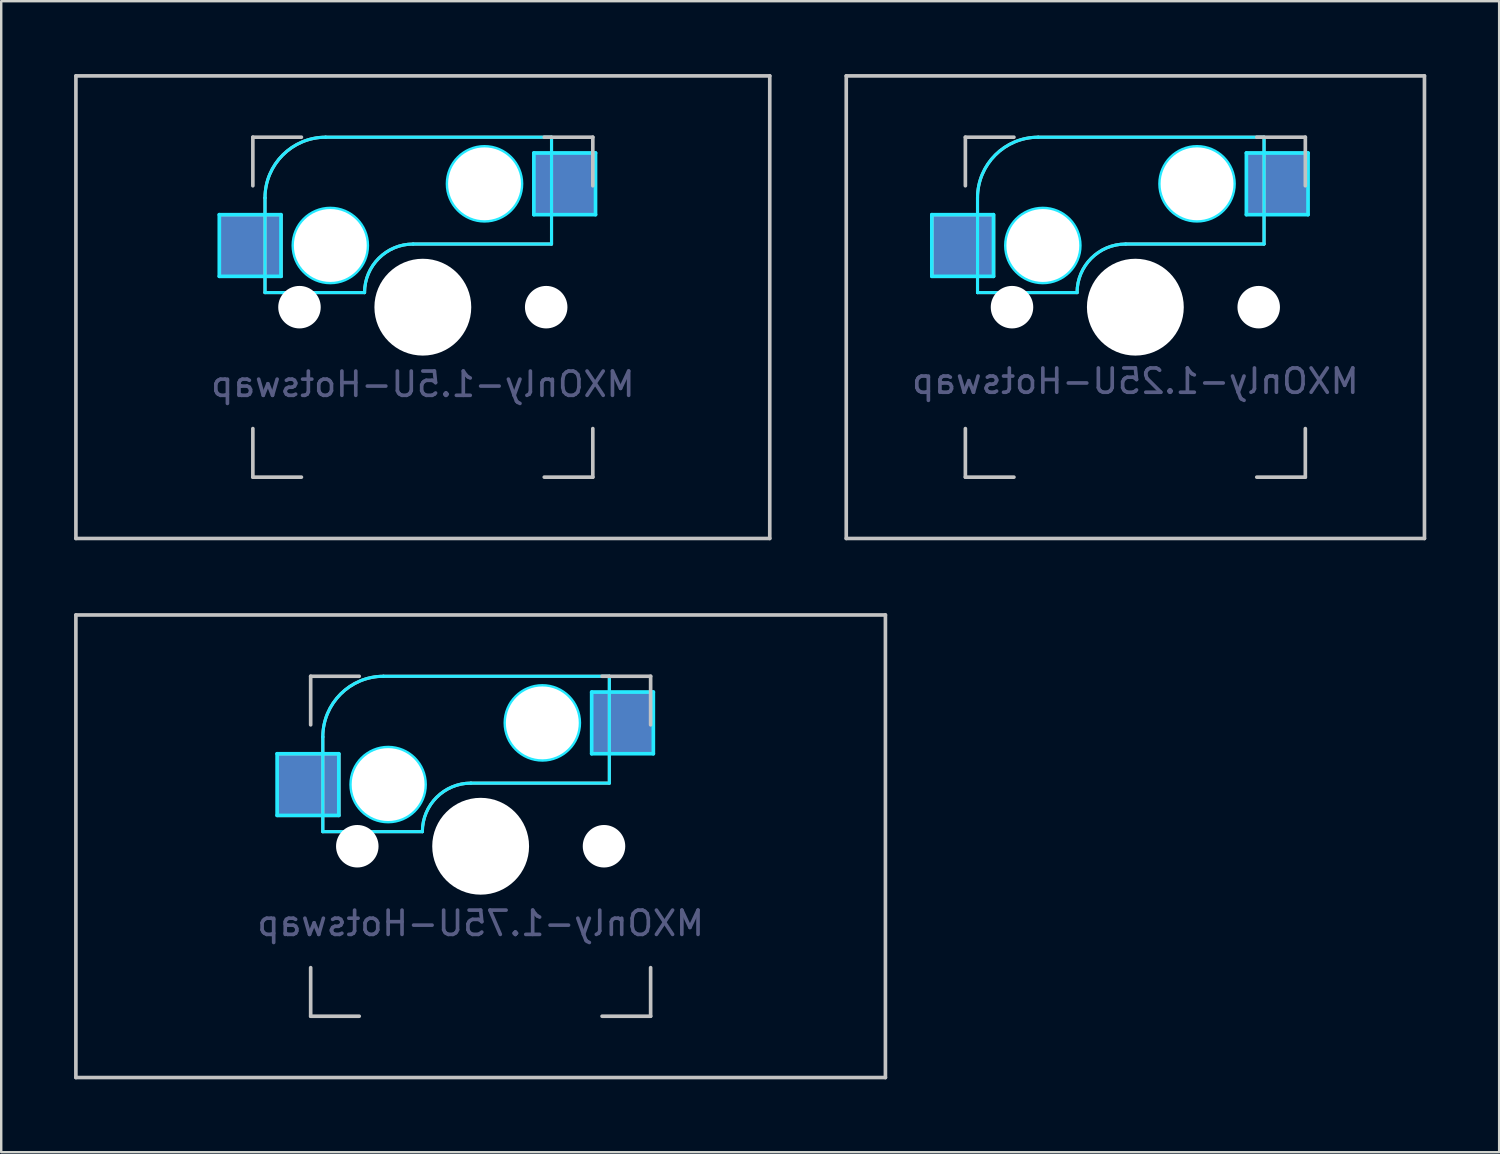
<source format=kicad_pcb>
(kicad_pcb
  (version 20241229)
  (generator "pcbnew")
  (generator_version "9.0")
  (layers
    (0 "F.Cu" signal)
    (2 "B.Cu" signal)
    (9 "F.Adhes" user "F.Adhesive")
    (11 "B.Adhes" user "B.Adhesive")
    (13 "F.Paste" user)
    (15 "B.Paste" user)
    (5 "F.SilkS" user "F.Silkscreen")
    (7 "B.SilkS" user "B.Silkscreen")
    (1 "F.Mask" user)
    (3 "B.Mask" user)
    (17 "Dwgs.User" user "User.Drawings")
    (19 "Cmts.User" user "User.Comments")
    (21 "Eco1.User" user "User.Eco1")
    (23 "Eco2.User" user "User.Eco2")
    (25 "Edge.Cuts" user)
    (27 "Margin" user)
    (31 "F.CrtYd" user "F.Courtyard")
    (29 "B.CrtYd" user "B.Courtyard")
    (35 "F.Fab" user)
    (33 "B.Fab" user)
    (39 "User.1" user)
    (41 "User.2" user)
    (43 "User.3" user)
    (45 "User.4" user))
  (footprint "MXOnly-1.5U-Hotswap"
    (layer "F.Cu")
    (at 14.363 9.6)
    (property "Reference" "MXOnly-1.5U-Hotswap" (at 0 3.175 0) (layer "B.Fab") (effects (font (size 1 1) (thickness 0.15)) (justify mirror)))
    (attr smd)
    (fp_line (start -6.5 -4.5) (end -6.5 -0.6) (stroke (width 0.127) (type solid)) (layer "B.SilkS"))
    (fp_line (start -6.5 -0.6) (end -2.4 -0.6) (stroke (width 0.127) (type solid)) (layer "B.SilkS"))
    (fp_line (start -0.4 -2.6) (end 5.3 -2.6) (stroke (width 0.127) (type solid)) (layer "B.SilkS"))
    (fp_line (start 5.3 -7) (end -4 -7) (stroke (width 0.127) (type solid)) (layer "B.SilkS"))
    (fp_line (start 5.3 -7) (end 5.3 -2.6) (stroke (width 0.127) (type solid)) (layer "B.SilkS"))
    (fp_rect (start -8.36 -3.79) (end -5.82 -1.25) (stroke (width 0.1) (type default)) (fill no) (layer "B.SilkS"))
    (fp_rect (start 7.112 -6.35) (end 4.572 -3.81) (stroke (width 0.1) (type default)) (fill no) (layer "B.SilkS"))
    (fp_arc (start -6.500002 -4.499998) (mid -5.76777 -6.267766) (end -4.000002 -6.999998) (stroke (width 0.127) (type solid)) (layer "B.SilkS"))
    (fp_arc (start -2.4 -0.6) (mid -1.814214 -2.014214) (end -0.4 -2.6) (stroke (width 0.127) (type solid)) (layer "B.SilkS"))
    (fp_line (start -14.287 -9.525) (end 14.287 -9.525) (stroke (width 0.15) (type solid)) (layer "Dwgs.User"))
    (fp_line (start -14.287 9.525) (end -14.287 -9.525) (stroke (width 0.15) (type solid)) (layer "Dwgs.User"))
    (fp_line (start -7 -7) (end -7 -5) (stroke (width 0.15) (type solid)) (layer "Dwgs.User"))
    (fp_line (start -7 5) (end -7 7) (stroke (width 0.15) (type solid)) (layer "Dwgs.User"))
    (fp_line (start -7 7) (end -5 7) (stroke (width 0.15) (type solid)) (layer "Dwgs.User"))
    (fp_line (start -5 -7) (end -7 -7) (stroke (width 0.15) (type solid)) (layer "Dwgs.User"))
    (fp_line (start 5 -7) (end 7 -7) (stroke (width 0.15) (type solid)) (layer "Dwgs.User"))
    (fp_line (start 5 7) (end 7 7) (stroke (width 0.15) (type solid)) (layer "Dwgs.User"))
    (fp_line (start 7 -7) (end 7 -5) (stroke (width 0.15) (type solid)) (layer "Dwgs.User"))
    (fp_line (start 7 7) (end 7 5) (stroke (width 0.15) (type solid)) (layer "Dwgs.User"))
    (fp_line (start 14.287 -9.525) (end 14.287 9.525) (stroke (width 0.15) (type solid)) (layer "Dwgs.User"))
    (fp_line (start 14.287 9.525) (end -14.287 9.525) (stroke (width 0.15) (type solid)) (layer "Dwgs.User"))
    (fp_line (start -8.382 -3.81) (end -5.842 -3.81) (stroke (width 0.15) (type solid)) (layer "B.CrtYd"))
    (fp_line (start -8.382 -1.27) (end -8.382 -3.81) (stroke (width 0.15) (type solid)) (layer "B.CrtYd"))
    (fp_line (start -6.5 -4.5) (end -6.5 -0.6) (stroke (width 0.127) (type solid)) (layer "B.CrtYd"))
    (fp_line (start -6.5 -0.6) (end -2.4 -0.6) (stroke (width 0.127) (type solid)) (layer "B.CrtYd"))
    (fp_line (start -5.842 -3.81) (end -5.842 -1.27) (stroke (width 0.15) (type solid)) (layer "B.CrtYd"))
    (fp_line (start -5.842 -1.27) (end -8.382 -1.27) (stroke (width 0.15) (type solid)) (layer "B.CrtYd"))
    (fp_line (start -0.4 -2.6) (end 5.3 -2.6) (stroke (width 0.127) (type solid)) (layer "B.CrtYd"))
    (fp_line (start 4.572 -6.35) (end 7.112 -6.35) (stroke (width 0.15) (type solid)) (layer "B.CrtYd"))
    (fp_line (start 4.572 -3.81) (end 4.572 -6.35) (stroke (width 0.15) (type solid)) (layer "B.CrtYd"))
    (fp_line (start 5.3 -7) (end -4 -7) (stroke (width 0.127) (type solid)) (layer "B.CrtYd"))
    (fp_line (start 5.3 -7) (end 5.3 -2.6) (stroke (width 0.127) (type solid)) (layer "B.CrtYd"))
    (fp_line (start 7.112 -6.35) (end 7.112 -3.81) (stroke (width 0.15) (type solid)) (layer "B.CrtYd"))
    (fp_line (start 7.112 -3.81) (end 4.572 -3.81) (stroke (width 0.15) (type solid)) (layer "B.CrtYd"))
    (fp_arc (start -6.5 -4.5) (mid -5.767767 -6.267767) (end -4 -7) (stroke (width 0.127) (type solid)) (layer "B.CrtYd"))
    (fp_arc (start -2.4 -0.6) (mid -1.814214 -2.014214) (end -0.4 -2.6) (stroke (width 0.127) (type solid)) (layer "B.CrtYd"))
    (fp_circle (center -3.81 -2.54) (end -3.81 -4.064) (stroke (width 0.15) (type solid)) (fill no) (layer "B.CrtYd"))
    (fp_circle (center 2.54 -5.08) (end 2.54 -6.604) (stroke (width 0.15) (type solid)) (fill no) (layer "B.CrtYd"))
    (pad "" np_thru_hole circle (at -5.08 0 48.1) (size 1.75 1.75) (drill 1.75) (layers "*.Cu" "*.Mask"))
    (pad "" np_thru_hole circle (at -3.81 -2.54) (size 3 3) (drill 3) (layers "*.Cu" "*.Mask"))
    (pad "" np_thru_hole circle (at 0 0) (size 3.988 3.988) (drill 3.988) (layers "*.Cu" "*.Mask"))
    (pad "" np_thru_hole circle (at 2.54 -5.08) (size 3 3) (drill 3) (layers "*.Cu" "*.Mask"))
    (pad "" np_thru_hole circle (at 5.08 0 48.1) (size 1.75 1.75) (drill 1.75) (layers "*.Cu" "*.Mask"))
    (pad "1" smd rect (at -7.085 -2.54) (size 2.55 2.5) (layers "B.Cu" "B.Mask" "B.Paste"))
    (pad "2" smd rect (at 5.842 -5.08) (size 2.55 2.5) (layers "B.Cu" "B.Mask" "B.Paste")))
  (footprint "MXOnly-1.25U-Hotswap"
    (layer "F.Cu")
    (at 43.706 9.6)
    (property "Reference" "MXOnly-1.25U-Hotswap" (at 0 3.048 0) (layer "B.Fab") (effects (font (size 1 1) (thickness 0.15)) (justify mirror)))
    (attr smd)
    (fp_line (start -6.5 -4.5) (end -6.5 -0.6) (stroke (width 0.127) (type solid)) (layer "B.SilkS"))
    (fp_line (start -6.5 -0.6) (end -2.4 -0.6) (stroke (width 0.127) (type solid)) (layer "B.SilkS"))
    (fp_line (start -0.4 -2.6) (end 5.3 -2.6) (stroke (width 0.127) (type solid)) (layer "B.SilkS"))
    (fp_line (start 5.3 -7) (end -4 -7) (stroke (width 0.127) (type solid)) (layer "B.SilkS"))
    (fp_line (start 5.3 -7) (end 5.3 -2.6) (stroke (width 0.127) (type solid)) (layer "B.SilkS"))
    (fp_rect (start -8.36 -3.79) (end -5.82 -1.25) (stroke (width 0.1) (type default)) (fill no) (layer "B.SilkS"))
    (fp_rect (start 7.112 -6.35) (end 4.572 -3.81) (stroke (width 0.1) (type default)) (fill no) (layer "B.SilkS"))
    (fp_arc (start -6.500002 -4.499998) (mid -5.76777 -6.267766) (end -4.000002 -6.999998) (stroke (width 0.127) (type solid)) (layer "B.SilkS"))
    (fp_arc (start -2.4 -0.6) (mid -1.814214 -2.014214) (end -0.4 -2.6) (stroke (width 0.127) (type solid)) (layer "B.SilkS"))
    (fp_line (start -11.906 -9.525) (end 11.906 -9.525) (stroke (width 0.15) (type solid)) (layer "Dwgs.User"))
    (fp_line (start -11.906 9.525) (end -11.906 -9.525) (stroke (width 0.15) (type solid)) (layer "Dwgs.User"))
    (fp_line (start -7 -7) (end -7 -5) (stroke (width 0.15) (type solid)) (layer "Dwgs.User"))
    (fp_line (start -7 5) (end -7 7) (stroke (width 0.15) (type solid)) (layer "Dwgs.User"))
    (fp_line (start -7 7) (end -5 7) (stroke (width 0.15) (type solid)) (layer "Dwgs.User"))
    (fp_line (start -5 -7) (end -7 -7) (stroke (width 0.15) (type solid)) (layer "Dwgs.User"))
    (fp_line (start 5 -7) (end 7 -7) (stroke (width 0.15) (type solid)) (layer "Dwgs.User"))
    (fp_line (start 5 7) (end 7 7) (stroke (width 0.15) (type solid)) (layer "Dwgs.User"))
    (fp_line (start 7 -7) (end 7 -5) (stroke (width 0.15) (type solid)) (layer "Dwgs.User"))
    (fp_line (start 7 7) (end 7 5) (stroke (width 0.15) (type solid)) (layer "Dwgs.User"))
    (fp_line (start 11.906 -9.525) (end 11.906 9.525) (stroke (width 0.15) (type solid)) (layer "Dwgs.User"))
    (fp_line (start 11.906 9.525) (end -11.906 9.525) (stroke (width 0.15) (type solid)) (layer "Dwgs.User"))
    (fp_line (start -8.382 -3.81) (end -5.842 -3.81) (stroke (width 0.15) (type solid)) (layer "B.CrtYd"))
    (fp_line (start -8.382 -1.27) (end -8.382 -3.81) (stroke (width 0.15) (type solid)) (layer "B.CrtYd"))
    (fp_line (start -6.5 -4.5) (end -6.5 -0.6) (stroke (width 0.127) (type solid)) (layer "B.CrtYd"))
    (fp_line (start -6.5 -0.6) (end -2.4 -0.6) (stroke (width 0.127) (type solid)) (layer "B.CrtYd"))
    (fp_line (start -5.842 -3.81) (end -5.842 -1.27) (stroke (width 0.15) (type solid)) (layer "B.CrtYd"))
    (fp_line (start -5.842 -1.27) (end -8.382 -1.27) (stroke (width 0.15) (type solid)) (layer "B.CrtYd"))
    (fp_line (start -0.4 -2.6) (end 5.3 -2.6) (stroke (width 0.127) (type solid)) (layer "B.CrtYd"))
    (fp_line (start 4.572 -6.35) (end 7.112 -6.35) (stroke (width 0.15) (type solid)) (layer "B.CrtYd"))
    (fp_line (start 4.572 -3.81) (end 4.572 -6.35) (stroke (width 0.15) (type solid)) (layer "B.CrtYd"))
    (fp_line (start 5.3 -7) (end -4 -7) (stroke (width 0.127) (type solid)) (layer "B.CrtYd"))
    (fp_line (start 5.3 -7) (end 5.3 -2.6) (stroke (width 0.127) (type solid)) (layer "B.CrtYd"))
    (fp_line (start 7.112 -6.35) (end 7.112 -3.81) (stroke (width 0.15) (type solid)) (layer "B.CrtYd"))
    (fp_line (start 7.112 -3.81) (end 4.572 -3.81) (stroke (width 0.15) (type solid)) (layer "B.CrtYd"))
    (fp_arc (start -6.5 -4.5) (mid -5.767767 -6.267767) (end -4 -7) (stroke (width 0.127) (type solid)) (layer "B.CrtYd"))
    (fp_arc (start -2.4 -0.6) (mid -1.814214 -2.014214) (end -0.4 -2.6) (stroke (width 0.127) (type solid)) (layer "B.CrtYd"))
    (fp_circle (center -3.81 -2.54) (end -3.81 -4.064) (stroke (width 0.15) (type solid)) (fill no) (layer "B.CrtYd"))
    (fp_circle (center 2.54 -5.08) (end 2.54 -6.604) (stroke (width 0.15) (type solid)) (fill no) (layer "B.CrtYd"))
    (pad "" np_thru_hole circle (at -5.08 0 48.1) (size 1.75 1.75) (drill 1.75) (layers "*.Cu" "*.Mask"))
    (pad "" np_thru_hole circle (at -3.81 -2.54) (size 3 3) (drill 3) (layers "*.Cu" "*.Mask"))
    (pad "" np_thru_hole circle (at 0 0) (size 3.988 3.988) (drill 3.988) (layers "*.Cu" "*.Mask"))
    (pad "" np_thru_hole circle (at 2.54 -5.08) (size 3 3) (drill 3) (layers "*.Cu" "*.Mask"))
    (pad "" np_thru_hole circle (at 5.08 0 48.1) (size 1.75 1.75) (drill 1.75) (layers "*.Cu" "*.Mask"))
    (pad "1" smd rect (at -7.085 -2.54) (size 2.55 2.5) (layers "B.Cu" "B.Mask" "B.Paste"))
    (pad "2" smd rect (at 5.842 -5.08) (size 2.55 2.5) (layers "B.Cu" "B.Mask" "B.Paste")))
  (footprint "MXOnly-1.75U-Hotswap"
    (layer "F.Cu")
    (at 16.744 31.8)
    (property "Reference" "MXOnly-1.75U-Hotswap" (at 0 3.175 0) (layer "B.Fab") (effects (font (size 1 1) (thickness 0.15)) (justify mirror)))
    (attr smd)
    (fp_line (start -6.5 -4.5) (end -6.5 -0.6) (stroke (width 0.127) (type solid)) (layer "B.SilkS"))
    (fp_line (start -6.5 -0.6) (end -2.4 -0.6) (stroke (width 0.127) (type solid)) (layer "B.SilkS"))
    (fp_line (start -0.4 -2.6) (end 5.3 -2.6) (stroke (width 0.127) (type solid)) (layer "B.SilkS"))
    (fp_line (start 5.3 -7) (end -4 -7) (stroke (width 0.127) (type solid)) (layer "B.SilkS"))
    (fp_line (start 5.3 -7) (end 5.3 -2.6) (stroke (width 0.127) (type solid)) (layer "B.SilkS"))
    (fp_rect (start -8.36 -3.79) (end -5.82 -1.25) (stroke (width 0.1) (type default)) (fill no) (layer "B.SilkS"))
    (fp_rect (start 7.112 -6.35) (end 4.572 -3.81) (stroke (width 0.1) (type default)) (fill no) (layer "B.SilkS"))
    (fp_arc (start -6.500002 -4.499998) (mid -5.76777 -6.267766) (end -4.000002 -6.999998) (stroke (width 0.127) (type solid)) (layer "B.SilkS"))
    (fp_arc (start -2.4 -0.6) (mid -1.814214 -2.014214) (end -0.4 -2.6) (stroke (width 0.127) (type solid)) (layer "B.SilkS"))
    (fp_line (start -16.669 -9.525) (end 16.669 -9.525) (stroke (width 0.15) (type solid)) (layer "Dwgs.User"))
    (fp_line (start -16.669 9.525) (end -16.669 -9.525) (stroke (width 0.15) (type solid)) (layer "Dwgs.User"))
    (fp_line (start -7 -7) (end -7 -5) (stroke (width 0.15) (type solid)) (layer "Dwgs.User"))
    (fp_line (start -7 5) (end -7 7) (stroke (width 0.15) (type solid)) (layer "Dwgs.User"))
    (fp_line (start -7 7) (end -5 7) (stroke (width 0.15) (type solid)) (layer "Dwgs.User"))
    (fp_line (start -5 -7) (end -7 -7) (stroke (width 0.15) (type solid)) (layer "Dwgs.User"))
    (fp_line (start 5 -7) (end 7 -7) (stroke (width 0.15) (type solid)) (layer "Dwgs.User"))
    (fp_line (start 5 7) (end 7 7) (stroke (width 0.15) (type solid)) (layer "Dwgs.User"))
    (fp_line (start 7 -7) (end 7 -5) (stroke (width 0.15) (type solid)) (layer "Dwgs.User"))
    (fp_line (start 7 7) (end 7 5) (stroke (width 0.15) (type solid)) (layer "Dwgs.User"))
    (fp_line (start 16.669 -9.525) (end 16.669 9.525) (stroke (width 0.15) (type solid)) (layer "Dwgs.User"))
    (fp_line (start 16.669 9.525) (end -16.669 9.525) (stroke (width 0.15) (type solid)) (layer "Dwgs.User"))
    (fp_line (start -8.382 -3.81) (end -5.842 -3.81) (stroke (width 0.15) (type solid)) (layer "B.CrtYd"))
    (fp_line (start -8.382 -1.27) (end -8.382 -3.81) (stroke (width 0.15) (type solid)) (layer "B.CrtYd"))
    (fp_line (start -6.5 -4.5) (end -6.5 -0.6) (stroke (width 0.127) (type solid)) (layer "B.CrtYd"))
    (fp_line (start -6.5 -0.6) (end -2.4 -0.6) (stroke (width 0.127) (type solid)) (layer "B.CrtYd"))
    (fp_line (start -5.842 -3.81) (end -5.842 -1.27) (stroke (width 0.15) (type solid)) (layer "B.CrtYd"))
    (fp_line (start -5.842 -1.27) (end -8.382 -1.27) (stroke (width 0.15) (type solid)) (layer "B.CrtYd"))
    (fp_line (start -0.4 -2.6) (end 5.3 -2.6) (stroke (width 0.127) (type solid)) (layer "B.CrtYd"))
    (fp_line (start 4.572 -6.35) (end 7.112 -6.35) (stroke (width 0.15) (type solid)) (layer "B.CrtYd"))
    (fp_line (start 4.572 -3.81) (end 4.572 -6.35) (stroke (width 0.15) (type solid)) (layer "B.CrtYd"))
    (fp_line (start 5.3 -7) (end -4 -7) (stroke (width 0.127) (type solid)) (layer "B.CrtYd"))
    (fp_line (start 5.3 -7) (end 5.3 -2.6) (stroke (width 0.127) (type solid)) (layer "B.CrtYd"))
    (fp_line (start 7.112 -6.35) (end 7.112 -3.81) (stroke (width 0.15) (type solid)) (layer "B.CrtYd"))
    (fp_line (start 7.112 -3.81) (end 4.572 -3.81) (stroke (width 0.15) (type solid)) (layer "B.CrtYd"))
    (fp_arc (start -6.5 -4.5) (mid -5.767767 -6.267767) (end -4 -7) (stroke (width 0.127) (type solid)) (layer "B.CrtYd"))
    (fp_arc (start -2.4 -0.6) (mid -1.814214 -2.014214) (end -0.4 -2.6) (stroke (width 0.127) (type solid)) (layer "B.CrtYd"))
    (fp_circle (center -3.81 -2.54) (end -3.81 -4.064) (stroke (width 0.15) (type solid)) (fill no) (layer "B.CrtYd"))
    (fp_circle (center 2.54 -5.08) (end 2.54 -6.604) (stroke (width 0.15) (type solid)) (fill no) (layer "B.CrtYd"))
    (pad "" np_thru_hole circle (at -5.08 0 48.1) (size 1.75 1.75) (drill 1.75) (layers "*.Cu" "*.Mask"))
    (pad "" np_thru_hole circle (at -3.81 -2.54) (size 3 3) (drill 3) (layers "*.Cu" "*.Mask"))
    (pad "" np_thru_hole circle (at 0 0) (size 3.988 3.988) (drill 3.988) (layers "*.Cu" "*.Mask"))
    (pad "" np_thru_hole circle (at 2.54 -5.08) (size 3 3) (drill 3) (layers "*.Cu" "*.Mask"))
    (pad "" np_thru_hole circle (at 5.08 0 48.1) (size 1.75 1.75) (drill 1.75) (layers "*.Cu" "*.Mask"))
    (pad "1" smd rect (at -7.085 -2.54) (size 2.55 2.5) (layers "B.Cu" "B.Mask" "B.Paste"))
    (pad "2" smd rect (at 5.842 -5.08) (size 2.55 2.5) (layers "B.Cu" "B.Mask" "B.Paste")))
  (gr_rect
    (start -3 -3)
    (end 58.688 44.4)
    (stroke (width 0.1) (type default))
    (fill no)
    (layer "Edge.Cuts")))
</source>
